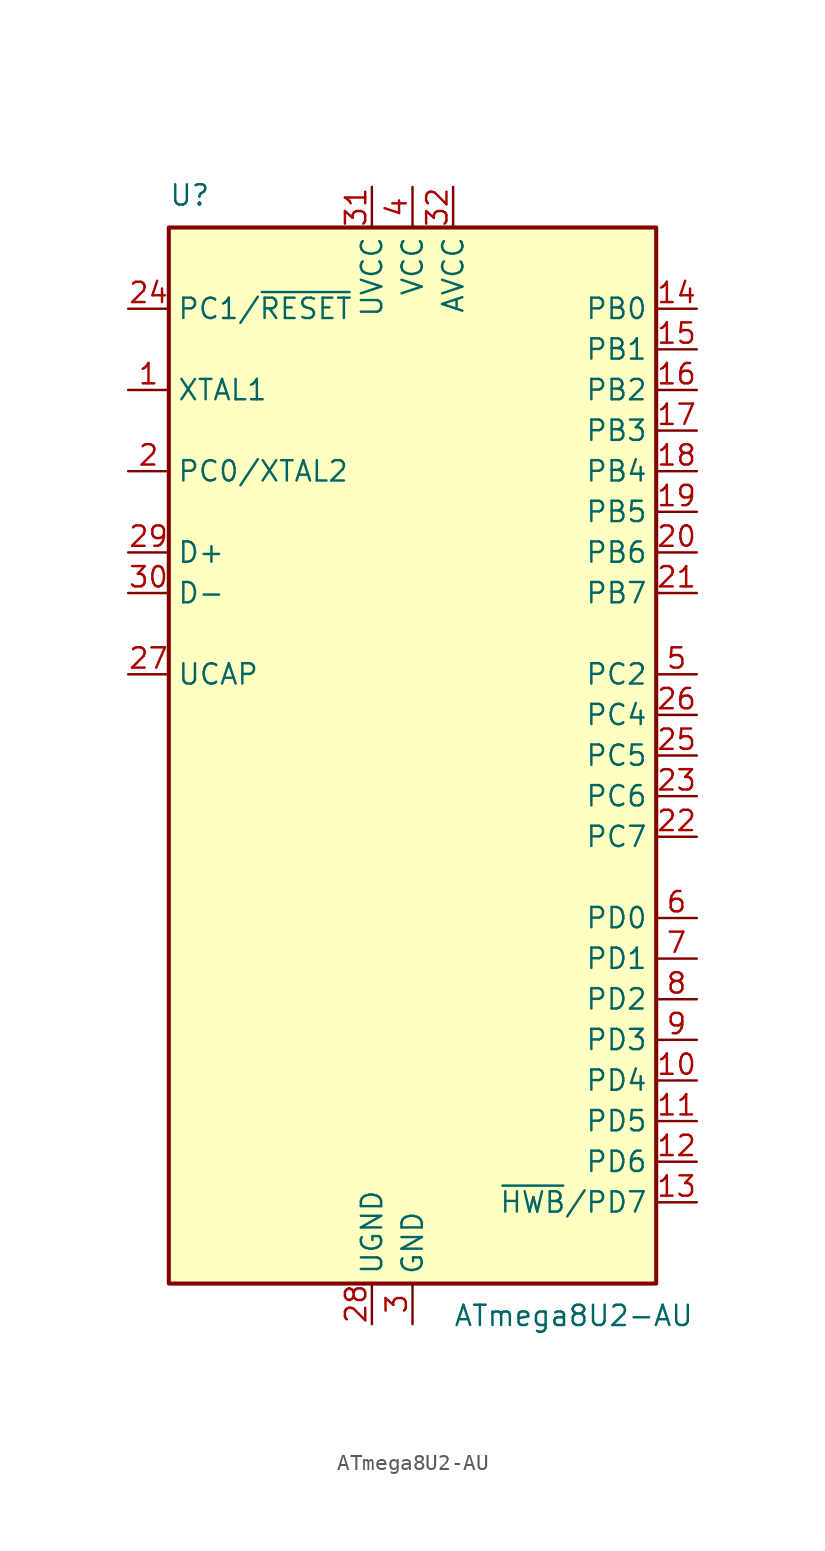
<source format=kicad_sym>
(kicad_symbol_lib
  (version 20211014)
  (generator kicad_symbol_editor)
  (symbol "ATmega8U2-AU"
    (property "Reference" "U"
      (at -15.24 34.29 0)
      (effects (font (size 1.27 1.27)) (justify left bottom)))
    (property "Value" "ATmega8U2-AU"
      (at 2.54 -34.29 0)
      (effects (font (size 1.27 1.27)) (justify left top)))
    (symbol "ATmega8U2-AU_0_1"
      (rectangle (start -15.24 -33.02) (end 15.24 33.02) (stroke (width 0.254) (type default) (color 0 0 0 0)) (fill (type background))))
    (symbol "ATmega8U2-AU_1_1"
      (pin input line (at -17.78 22.86 0) (length 2.54) (name "XTAL1" (effects (font (size 1.27 1.27)))) (number "1" (effects (font (size 1.27 1.27)))))
      (pin bidirectional line (at 17.78 -20.32 180) (length 2.54) (name "PD4" (effects (font (size 1.27 1.27)))) (number "10" (effects (font (size 1.27 1.27)))))
      (pin bidirectional line (at 17.78 -22.86 180) (length 2.54) (name "PD5" (effects (font (size 1.27 1.27)))) (number "11" (effects (font (size 1.27 1.27)))))
      (pin bidirectional line (at 17.78 -25.4 180) (length 2.54) (name "PD6" (effects (font (size 1.27 1.27)))) (number "12" (effects (font (size 1.27 1.27)))))
      (pin bidirectional line (at 17.78 -27.94 180) (length 2.54) (name "~{HWB}/PD7" (effects (font (size 1.27 1.27)))) (number "13" (effects (font (size 1.27 1.27)))))
      (pin bidirectional line (at 17.78 27.94 180) (length 2.54) (name "PB0" (effects (font (size 1.27 1.27)))) (number "14" (effects (font (size 1.27 1.27)))))
      (pin bidirectional line (at 17.78 25.4 180) (length 2.54) (name "PB1" (effects (font (size 1.27 1.27)))) (number "15" (effects (font (size 1.27 1.27)))))
      (pin bidirectional line (at 17.78 22.86 180) (length 2.54) (name "PB2" (effects (font (size 1.27 1.27)))) (number "16" (effects (font (size 1.27 1.27)))))
      (pin bidirectional line (at 17.78 20.32 180) (length 2.54) (name "PB3" (effects (font (size 1.27 1.27)))) (number "17" (effects (font (size 1.27 1.27)))))
      (pin bidirectional line (at 17.78 17.78 180) (length 2.54) (name "PB4" (effects (font (size 1.27 1.27)))) (number "18" (effects (font (size 1.27 1.27)))))
      (pin bidirectional line (at 17.78 15.24 180) (length 2.54) (name "PB5" (effects (font (size 1.27 1.27)))) (number "19" (effects (font (size 1.27 1.27)))))
      (pin bidirectional line (at -17.78 17.78 0) (length 2.54) (name "PC0/XTAL2" (effects (font (size 1.27 1.27)))) (number "2" (effects (font (size 1.27 1.27)))))
      (pin bidirectional line (at 17.78 12.7 180) (length 2.54) (name "PB6" (effects (font (size 1.27 1.27)))) (number "20" (effects (font (size 1.27 1.27)))))
      (pin bidirectional line (at 17.78 10.16 180) (length 2.54) (name "PB7" (effects (font (size 1.27 1.27)))) (number "21" (effects (font (size 1.27 1.27)))))
      (pin bidirectional line (at 17.78 -5.08 180) (length 2.54) (name "PC7" (effects (font (size 1.27 1.27)))) (number "22" (effects (font (size 1.27 1.27)))))
      (pin bidirectional line (at 17.78 -2.54 180) (length 2.54) (name "PC6" (effects (font (size 1.27 1.27)))) (number "23" (effects (font (size 1.27 1.27)))))
      (pin bidirectional line (at -17.78 27.94 0) (length 2.54) (name "PC1/~{RESET}" (effects (font (size 1.27 1.27)))) (number "24" (effects (font (size 1.27 1.27)))))
      (pin bidirectional line (at 17.78 0 180) (length 2.54) (name "PC5" (effects (font (size 1.27 1.27)))) (number "25" (effects (font (size 1.27 1.27)))))
      (pin bidirectional line (at 17.78 2.54 180) (length 2.54) (name "PC4" (effects (font (size 1.27 1.27)))) (number "26" (effects (font (size 1.27 1.27)))))
      (pin passive line (at -17.78 5.08 0) (length 2.54) (name "UCAP" (effects (font (size 1.27 1.27)))) (number "27" (effects (font (size 1.27 1.27)))))
      (pin power_in line (at -2.54 -35.56 90) (length 2.54) (name "UGND" (effects (font (size 1.27 1.27)))) (number "28" (effects (font (size 1.27 1.27)))))
      (pin bidirectional line (at -17.78 12.7 0) (length 2.54) (name "D+" (effects (font (size 1.27 1.27)))) (number "29" (effects (font (size 1.27 1.27)))))
      (pin power_in line (at 0 -35.56 90) (length 2.54) (name "GND" (effects (font (size 1.27 1.27)))) (number "3" (effects (font (size 1.27 1.27)))))
      (pin bidirectional line (at -17.78 10.16 0) (length 2.54) (name "D-" (effects (font (size 1.27 1.27)))) (number "30" (effects (font (size 1.27 1.27)))))
      (pin power_in line (at -2.54 35.56 270) (length 2.54) (name "UVCC" (effects (font (size 1.27 1.27)))) (number "31" (effects (font (size 1.27 1.27)))))
      (pin power_in line (at 2.54 35.56 270) (length 2.54) (name "AVCC" (effects (font (size 1.27 1.27)))) (number "32" (effects (font (size 1.27 1.27)))))
      (pin power_in line (at 0 35.56 270) (length 2.54) (name "VCC" (effects (font (size 1.27 1.27)))) (number "4" (effects (font (size 1.27 1.27)))))
      (pin bidirectional line (at 17.78 5.08 180) (length 2.54) (name "PC2" (effects (font (size 1.27 1.27)))) (number "5" (effects (font (size 1.27 1.27)))))
      (pin bidirectional line (at 17.78 -10.16 180) (length 2.54) (name "PD0" (effects (font (size 1.27 1.27)))) (number "6" (effects (font (size 1.27 1.27)))))
      (pin bidirectional line (at 17.78 -12.7 180) (length 2.54) (name "PD1" (effects (font (size 1.27 1.27)))) (number "7" (effects (font (size 1.27 1.27)))))
      (pin bidirectional line (at 17.78 -15.24 180) (length 2.54) (name "PD2" (effects (font (size 1.27 1.27)))) (number "8" (effects (font (size 1.27 1.27)))))
      (pin bidirectional line (at 17.78 -17.78 180) (length 2.54) (name "PD3" (effects (font (size 1.27 1.27)))) (number "9" (effects (font (size 1.27 1.27))))))))
</source>
